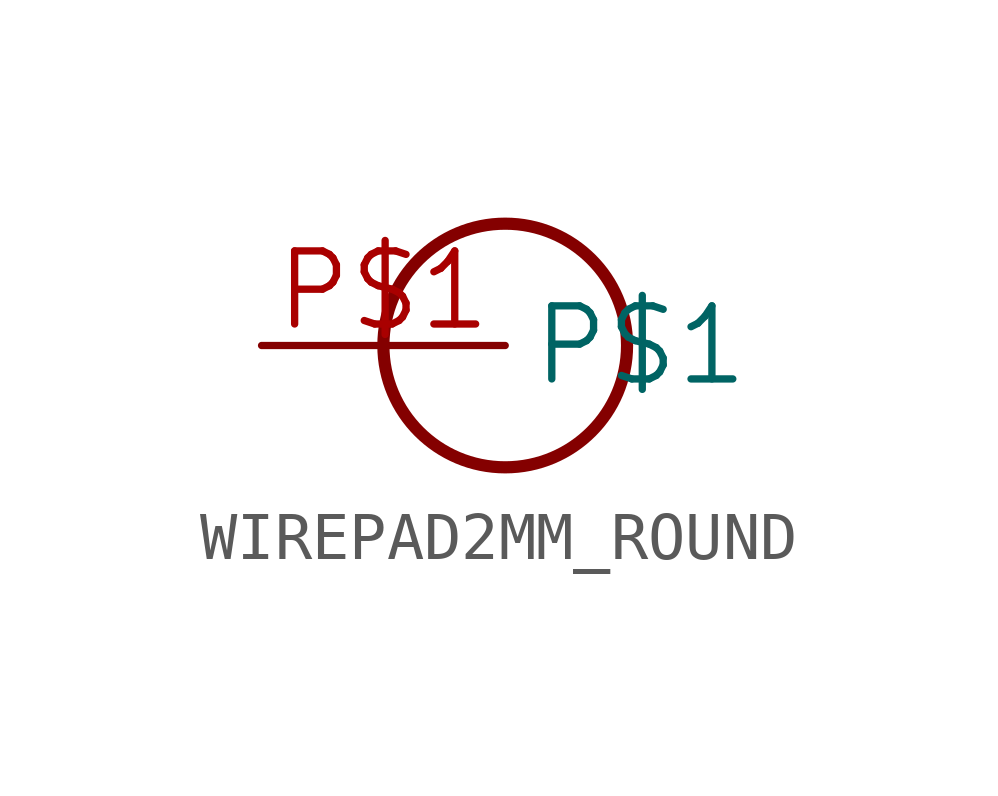
<source format=kicad_sym>
(kicad_symbol_lib
  (version 20241209)
  (generator "kicad_symbol_editor")
  (generator_version "9.0")
  (symbol "WIREPAD2MM_ROUND"
    (property "Reference" ""
      (at 0 0 0)
      (effects (font (size 1.27 1.27)) (hide yes)))
    (property "ki_locked" ""
      (at 0 0 0)
      (effects (font (size 1.27 1.27))))
    (symbol "WIREPAD2MM_ROUND_1_0"
      (circle (center 5.08 0) (radius 2.54) (stroke (width 0.254) (type solid)) (fill (type none)))
      (pin bidirectional line (at 0 0 0) (length 5.08) (name "P$1" (effects (font (size 1.524 1.524)))) (number "P$1" (effects (font (size 1.524 1.524))))))))
</source>
